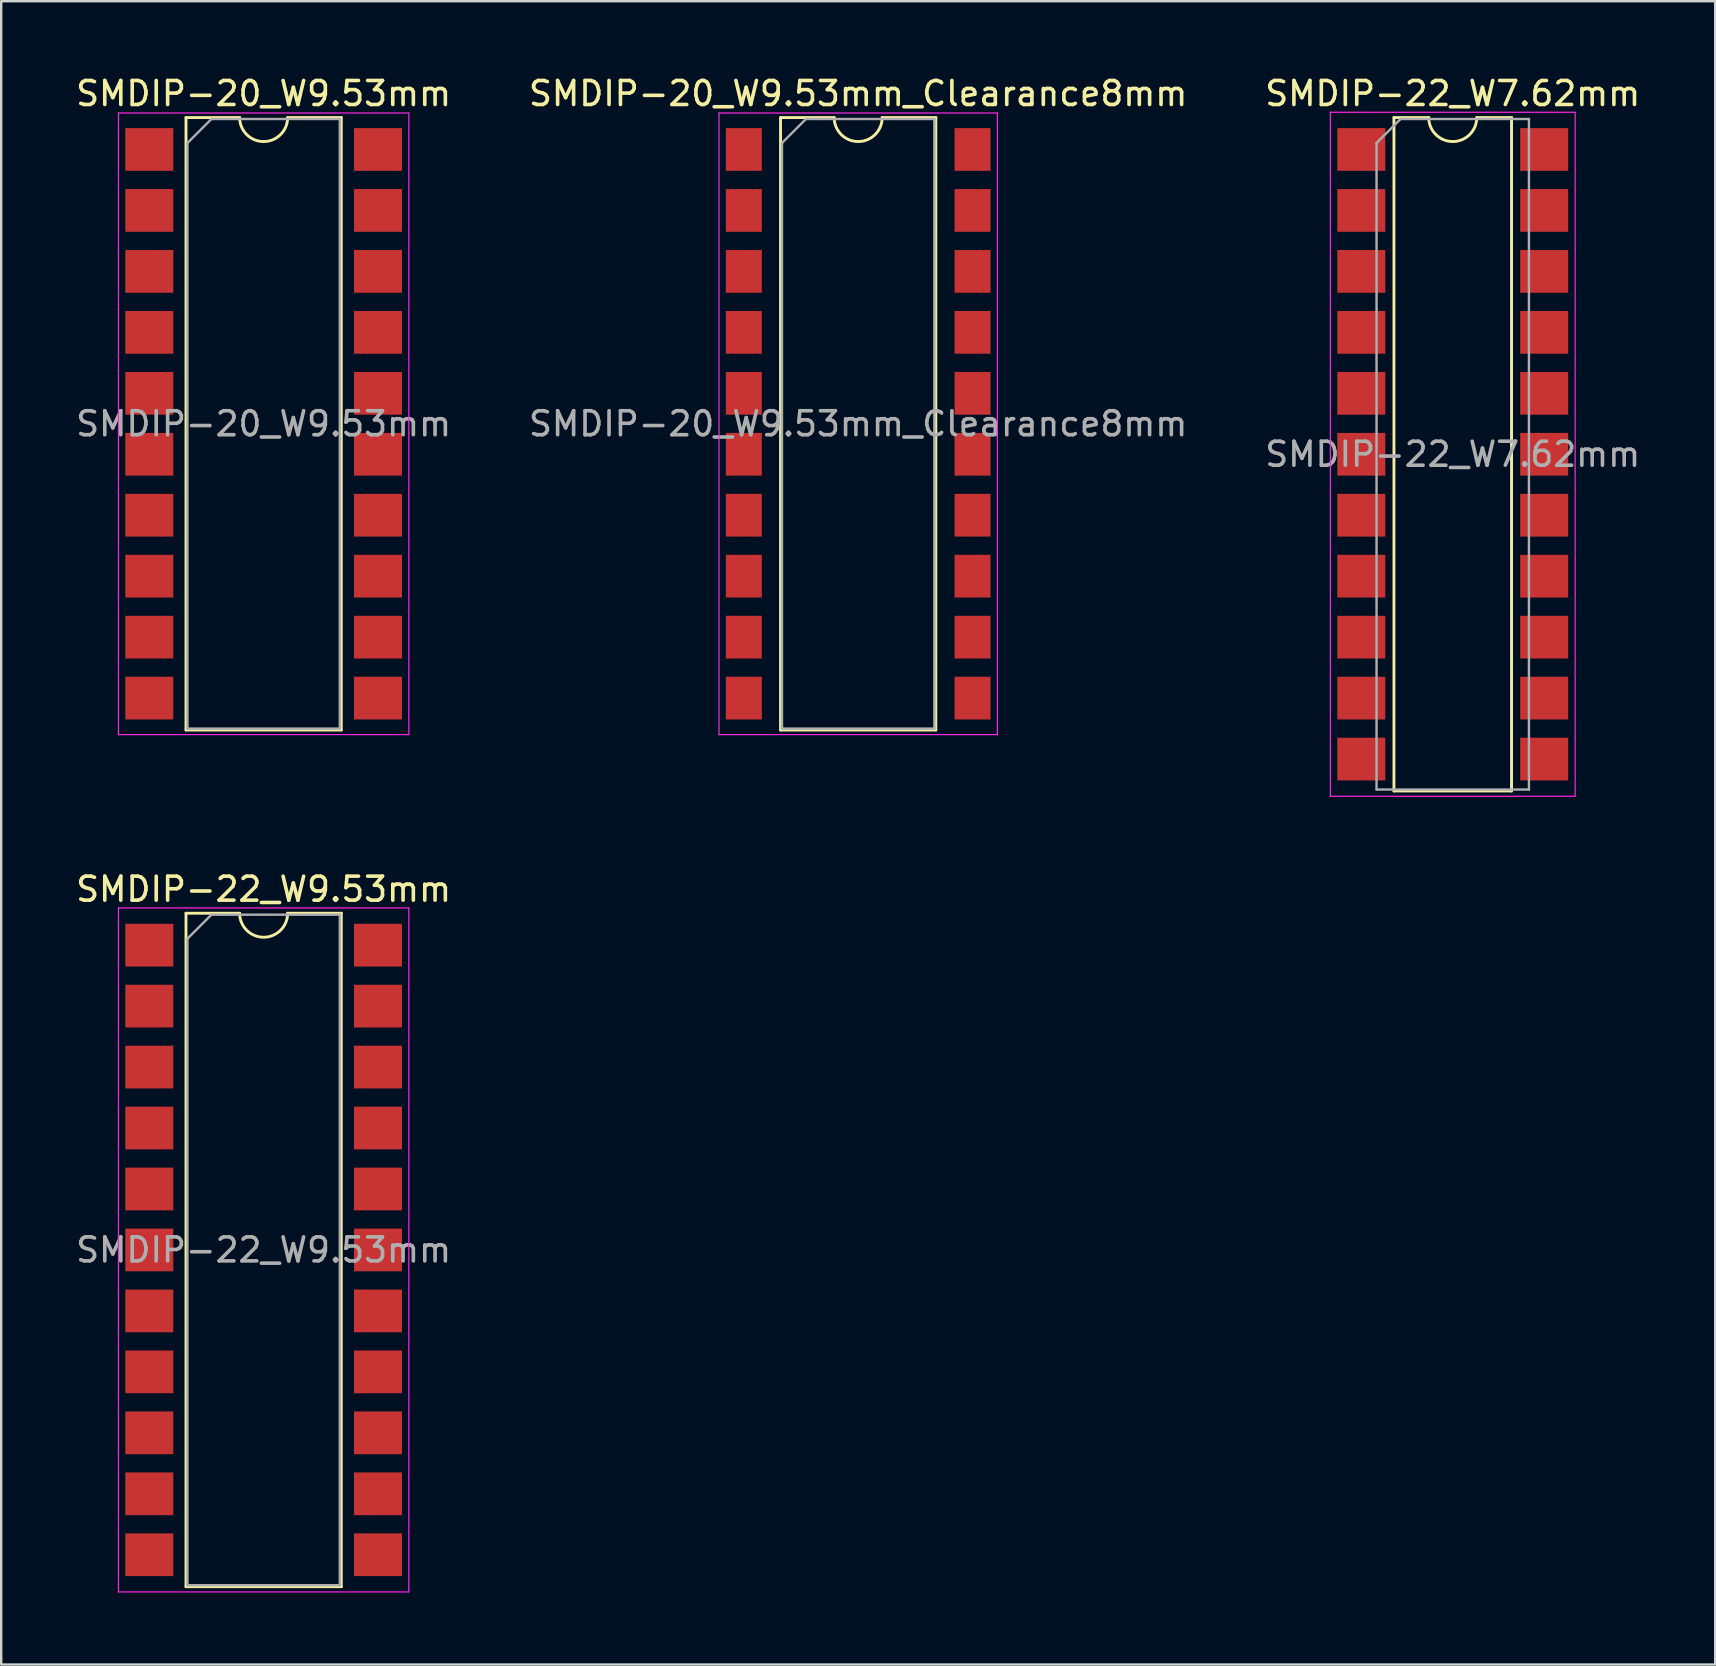
<source format=kicad_pcb>
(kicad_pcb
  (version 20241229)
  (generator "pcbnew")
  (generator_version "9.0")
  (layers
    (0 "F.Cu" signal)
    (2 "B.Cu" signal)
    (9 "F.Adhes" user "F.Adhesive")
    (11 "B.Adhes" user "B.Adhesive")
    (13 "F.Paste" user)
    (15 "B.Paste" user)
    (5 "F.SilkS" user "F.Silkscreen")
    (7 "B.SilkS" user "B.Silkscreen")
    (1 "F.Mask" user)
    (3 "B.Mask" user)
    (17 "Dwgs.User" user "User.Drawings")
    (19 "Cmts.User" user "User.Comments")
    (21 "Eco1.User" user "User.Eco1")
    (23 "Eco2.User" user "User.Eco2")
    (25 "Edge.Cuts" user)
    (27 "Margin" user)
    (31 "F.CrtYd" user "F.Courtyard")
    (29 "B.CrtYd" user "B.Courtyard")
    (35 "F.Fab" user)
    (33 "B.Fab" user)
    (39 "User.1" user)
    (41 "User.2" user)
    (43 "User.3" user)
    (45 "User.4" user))
  (footprint "SMDIP-20_W9.53mm_Clearance8mm"
    (layer "F.Cu")
    (at 32.708 14.608)
    (property "Reference" "SMDIP-20_W9.53mm_Clearance8mm" (at 0 -13.76 0) (layer "F.SilkS") (effects (font (size 1 1) (thickness 0.15))))
    (attr smd)
    (fp_line (start -3.235 -12.76) (end -3.235 12.76) (stroke (width 0.12) (type solid)) (layer "F.SilkS"))
    (fp_line (start -3.235 12.76) (end 3.235 12.76) (stroke (width 0.12) (type solid)) (layer "F.SilkS"))
    (fp_line (start -1 -12.76) (end -3.235 -12.76) (stroke (width 0.12) (type solid)) (layer "F.SilkS"))
    (fp_line (start 3.235 -12.76) (end 1 -12.76) (stroke (width 0.12) (type solid)) (layer "F.SilkS"))
    (fp_line (start 3.235 12.76) (end 3.235 -12.76) (stroke (width 0.12) (type solid)) (layer "F.SilkS"))
    (fp_arc (start 1 -12.76) (mid 0 -11.76) (end -1 -12.76) (stroke (width 0.12) (type solid)) (layer "F.SilkS"))
    (fp_line (start -5.8 -12.95) (end -5.8 12.95) (stroke (width 0.05) (type solid)) (layer "F.CrtYd"))
    (fp_line (start -5.8 12.95) (end 5.8 12.95) (stroke (width 0.05) (type solid)) (layer "F.CrtYd"))
    (fp_line (start 5.8 -12.95) (end -5.8 -12.95) (stroke (width 0.05) (type solid)) (layer "F.CrtYd"))
    (fp_line (start 5.8 12.95) (end 5.8 -12.95) (stroke (width 0.05) (type solid)) (layer "F.CrtYd"))
    (fp_line (start -3.175 -11.7) (end -2.175 -12.7) (stroke (width 0.1) (type solid)) (layer "F.Fab"))
    (fp_line (start -3.175 12.7) (end -3.175 -11.7) (stroke (width 0.1) (type solid)) (layer "F.Fab"))
    (fp_line (start -2.175 -12.7) (end 3.175 -12.7) (stroke (width 0.1) (type solid)) (layer "F.Fab"))
    (fp_line (start 3.175 -12.7) (end 3.175 12.7) (stroke (width 0.1) (type solid)) (layer "F.Fab"))
    (fp_line (start 3.175 12.7) (end -3.175 12.7) (stroke (width 0.1) (type solid)) (layer "F.Fab"))
    (fp_text user "${REFERENCE}" (at 0 0 0) (layer "F.Fab") (effects (font (size 1 1) (thickness 0.15))))
    (pad "1" smd rect (at -4.765 -11.43) (size 1.5 1.78) (layers "F.Cu" "F.Mask" "F.Paste"))
    (pad "2" smd rect (at -4.765 -8.89) (size 1.5 1.78) (layers "F.Cu" "F.Mask" "F.Paste"))
    (pad "3" smd rect (at -4.765 -6.35) (size 1.5 1.78) (layers "F.Cu" "F.Mask" "F.Paste"))
    (pad "4" smd rect (at -4.765 -3.81) (size 1.5 1.78) (layers "F.Cu" "F.Mask" "F.Paste"))
    (pad "5" smd rect (at -4.765 -1.27) (size 1.5 1.78) (layers "F.Cu" "F.Mask" "F.Paste"))
    (pad "6" smd rect (at -4.765 1.27) (size 1.5 1.78) (layers "F.Cu" "F.Mask" "F.Paste"))
    (pad "7" smd rect (at -4.765 3.81) (size 1.5 1.78) (layers "F.Cu" "F.Mask" "F.Paste"))
    (pad "8" smd rect (at -4.765 6.35) (size 1.5 1.78) (layers "F.Cu" "F.Mask" "F.Paste"))
    (pad "9" smd rect (at -4.765 8.89) (size 1.5 1.78) (layers "F.Cu" "F.Mask" "F.Paste"))
    (pad "10" smd rect (at -4.765 11.43) (size 1.5 1.78) (layers "F.Cu" "F.Mask" "F.Paste"))
    (pad "11" smd rect (at 4.765 11.43) (size 1.5 1.78) (layers "F.Cu" "F.Mask" "F.Paste"))
    (pad "12" smd rect (at 4.765 8.89) (size 1.5 1.78) (layers "F.Cu" "F.Mask" "F.Paste"))
    (pad "13" smd rect (at 4.765 6.35) (size 1.5 1.78) (layers "F.Cu" "F.Mask" "F.Paste"))
    (pad "14" smd rect (at 4.765 3.81) (size 1.5 1.78) (layers "F.Cu" "F.Mask" "F.Paste"))
    (pad "15" smd rect (at 4.765 1.27) (size 1.5 1.78) (layers "F.Cu" "F.Mask" "F.Paste"))
    (pad "16" smd rect (at 4.765 -1.27) (size 1.5 1.78) (layers "F.Cu" "F.Mask" "F.Paste"))
    (pad "17" smd rect (at 4.765 -3.81) (size 1.5 1.78) (layers "F.Cu" "F.Mask" "F.Paste"))
    (pad "18" smd rect (at 4.765 -6.35) (size 1.5 1.78) (layers "F.Cu" "F.Mask" "F.Paste"))
    (pad "19" smd rect (at 4.765 -8.89) (size 1.5 1.78) (layers "F.Cu" "F.Mask" "F.Paste"))
    (pad "20" smd rect (at 4.765 -11.43) (size 1.5 1.78) (layers "F.Cu" "F.Mask" "F.Paste")))
  (footprint "SMDIP-20_W9.53mm"
    (layer "F.Cu")
    (at 7.935 14.608)
    (property "Reference" "SMDIP-20_W9.53mm" (at 0 -13.76 0) (layer "F.SilkS") (effects (font (size 1 1) (thickness 0.15))))
    (attr smd)
    (fp_line (start -3.235 -12.76) (end -3.235 12.76) (stroke (width 0.12) (type solid)) (layer "F.SilkS"))
    (fp_line (start -3.235 12.76) (end 3.235 12.76) (stroke (width 0.12) (type solid)) (layer "F.SilkS"))
    (fp_line (start -1 -12.76) (end -3.235 -12.76) (stroke (width 0.12) (type solid)) (layer "F.SilkS"))
    (fp_line (start 3.235 -12.76) (end 1 -12.76) (stroke (width 0.12) (type solid)) (layer "F.SilkS"))
    (fp_line (start 3.235 12.76) (end 3.235 -12.76) (stroke (width 0.12) (type solid)) (layer "F.SilkS"))
    (fp_arc (start 1 -12.76) (mid 0 -11.76) (end -1 -12.76) (stroke (width 0.12) (type solid)) (layer "F.SilkS"))
    (fp_line (start -6.05 -12.95) (end -6.05 12.95) (stroke (width 0.05) (type solid)) (layer "F.CrtYd"))
    (fp_line (start -6.05 12.95) (end 6.05 12.95) (stroke (width 0.05) (type solid)) (layer "F.CrtYd"))
    (fp_line (start 6.05 -12.95) (end -6.05 -12.95) (stroke (width 0.05) (type solid)) (layer "F.CrtYd"))
    (fp_line (start 6.05 12.95) (end 6.05 -12.95) (stroke (width 0.05) (type solid)) (layer "F.CrtYd"))
    (fp_line (start -3.175 -11.7) (end -2.175 -12.7) (stroke (width 0.1) (type solid)) (layer "F.Fab"))
    (fp_line (start -3.175 12.7) (end -3.175 -11.7) (stroke (width 0.1) (type solid)) (layer "F.Fab"))
    (fp_line (start -2.175 -12.7) (end 3.175 -12.7) (stroke (width 0.1) (type solid)) (layer "F.Fab"))
    (fp_line (start 3.175 -12.7) (end 3.175 12.7) (stroke (width 0.1) (type solid)) (layer "F.Fab"))
    (fp_line (start 3.175 12.7) (end -3.175 12.7) (stroke (width 0.1) (type solid)) (layer "F.Fab"))
    (fp_text user "${REFERENCE}" (at 0 0 0) (layer "F.Fab") (effects (font (size 1 1) (thickness 0.15))))
    (pad "1" smd rect (at -4.765 -11.43) (size 2 1.78) (layers "F.Cu" "F.Mask" "F.Paste"))
    (pad "2" smd rect (at -4.765 -8.89) (size 2 1.78) (layers "F.Cu" "F.Mask" "F.Paste"))
    (pad "3" smd rect (at -4.765 -6.35) (size 2 1.78) (layers "F.Cu" "F.Mask" "F.Paste"))
    (pad "4" smd rect (at -4.765 -3.81) (size 2 1.78) (layers "F.Cu" "F.Mask" "F.Paste"))
    (pad "5" smd rect (at -4.765 -1.27) (size 2 1.78) (layers "F.Cu" "F.Mask" "F.Paste"))
    (pad "6" smd rect (at -4.765 1.27) (size 2 1.78) (layers "F.Cu" "F.Mask" "F.Paste"))
    (pad "7" smd rect (at -4.765 3.81) (size 2 1.78) (layers "F.Cu" "F.Mask" "F.Paste"))
    (pad "8" smd rect (at -4.765 6.35) (size 2 1.78) (layers "F.Cu" "F.Mask" "F.Paste"))
    (pad "9" smd rect (at -4.765 8.89) (size 2 1.78) (layers "F.Cu" "F.Mask" "F.Paste"))
    (pad "10" smd rect (at -4.765 11.43) (size 2 1.78) (layers "F.Cu" "F.Mask" "F.Paste"))
    (pad "11" smd rect (at 4.765 11.43) (size 2 1.78) (layers "F.Cu" "F.Mask" "F.Paste"))
    (pad "12" smd rect (at 4.765 8.89) (size 2 1.78) (layers "F.Cu" "F.Mask" "F.Paste"))
    (pad "13" smd rect (at 4.765 6.35) (size 2 1.78) (layers "F.Cu" "F.Mask" "F.Paste"))
    (pad "14" smd rect (at 4.765 3.81) (size 2 1.78) (layers "F.Cu" "F.Mask" "F.Paste"))
    (pad "15" smd rect (at 4.765 1.27) (size 2 1.78) (layers "F.Cu" "F.Mask" "F.Paste"))
    (pad "16" smd rect (at 4.765 -1.27) (size 2 1.78) (layers "F.Cu" "F.Mask" "F.Paste"))
    (pad "17" smd rect (at 4.765 -3.81) (size 2 1.78) (layers "F.Cu" "F.Mask" "F.Paste"))
    (pad "18" smd rect (at 4.765 -6.35) (size 2 1.78) (layers "F.Cu" "F.Mask" "F.Paste"))
    (pad "19" smd rect (at 4.765 -8.89) (size 2 1.78) (layers "F.Cu" "F.Mask" "F.Paste"))
    (pad "20" smd rect (at 4.765 -11.43) (size 2 1.78) (layers "F.Cu" "F.Mask" "F.Paste")))
  (footprint "SMDIP-22_W7.62mm"
    (layer "F.Cu")
    (at 57.482 15.878)
    (property "Reference" "SMDIP-22_W7.62mm" (at 0 -15.03 0) (layer "F.SilkS") (effects (font (size 1 1) (thickness 0.15))))
    (attr smd)
    (fp_line (start -2.45 -14.03) (end -2.45 14.03) (stroke (width 0.12) (type solid)) (layer "F.SilkS"))
    (fp_line (start -2.45 14.03) (end 2.45 14.03) (stroke (width 0.12) (type solid)) (layer "F.SilkS"))
    (fp_line (start -1 -14.03) (end -2.45 -14.03) (stroke (width 0.12) (type solid)) (layer "F.SilkS"))
    (fp_line (start 2.45 -14.03) (end 1 -14.03) (stroke (width 0.12) (type solid)) (layer "F.SilkS"))
    (fp_line (start 2.45 14.03) (end 2.45 -14.03) (stroke (width 0.12) (type solid)) (layer "F.SilkS"))
    (fp_arc (start 1 -14.03) (mid 0 -13.03) (end -1 -14.03) (stroke (width 0.12) (type solid)) (layer "F.SilkS"))
    (fp_line (start -5.1 -14.25) (end -5.1 14.25) (stroke (width 0.05) (type solid)) (layer "F.CrtYd"))
    (fp_line (start -5.1 14.25) (end 5.1 14.25) (stroke (width 0.05) (type solid)) (layer "F.CrtYd"))
    (fp_line (start 5.1 -14.25) (end -5.1 -14.25) (stroke (width 0.05) (type solid)) (layer "F.CrtYd"))
    (fp_line (start 5.1 14.25) (end 5.1 -14.25) (stroke (width 0.05) (type solid)) (layer "F.CrtYd"))
    (fp_line (start -3.175 -12.97) (end -2.175 -13.97) (stroke (width 0.1) (type solid)) (layer "F.Fab"))
    (fp_line (start -3.175 13.97) (end -3.175 -12.97) (stroke (width 0.1) (type solid)) (layer "F.Fab"))
    (fp_line (start -2.175 -13.97) (end 3.175 -13.97) (stroke (width 0.1) (type solid)) (layer "F.Fab"))
    (fp_line (start 3.175 -13.97) (end 3.175 13.97) (stroke (width 0.1) (type solid)) (layer "F.Fab"))
    (fp_line (start 3.175 13.97) (end -3.175 13.97) (stroke (width 0.1) (type solid)) (layer "F.Fab"))
    (fp_text user "${REFERENCE}" (at 0 0 0) (layer "F.Fab") (effects (font (size 1 1) (thickness 0.15))))
    (pad "1" smd rect (at -3.81 -12.7) (size 2 1.78) (layers "F.Cu" "F.Mask" "F.Paste"))
    (pad "2" smd rect (at -3.81 -10.16) (size 2 1.78) (layers "F.Cu" "F.Mask" "F.Paste"))
    (pad "3" smd rect (at -3.81 -7.62) (size 2 1.78) (layers "F.Cu" "F.Mask" "F.Paste"))
    (pad "4" smd rect (at -3.81 -5.08) (size 2 1.78) (layers "F.Cu" "F.Mask" "F.Paste"))
    (pad "5" smd rect (at -3.81 -2.54) (size 2 1.78) (layers "F.Cu" "F.Mask" "F.Paste"))
    (pad "6" smd rect (at -3.81 0) (size 2 1.78) (layers "F.Cu" "F.Mask" "F.Paste"))
    (pad "7" smd rect (at -3.81 2.54) (size 2 1.78) (layers "F.Cu" "F.Mask" "F.Paste"))
    (pad "8" smd rect (at -3.81 5.08) (size 2 1.78) (layers "F.Cu" "F.Mask" "F.Paste"))
    (pad "9" smd rect (at -3.81 7.62) (size 2 1.78) (layers "F.Cu" "F.Mask" "F.Paste"))
    (pad "10" smd rect (at -3.81 10.16) (size 2 1.78) (layers "F.Cu" "F.Mask" "F.Paste"))
    (pad "11" smd rect (at -3.81 12.7) (size 2 1.78) (layers "F.Cu" "F.Mask" "F.Paste"))
    (pad "12" smd rect (at 3.81 12.7) (size 2 1.78) (layers "F.Cu" "F.Mask" "F.Paste"))
    (pad "13" smd rect (at 3.81 10.16) (size 2 1.78) (layers "F.Cu" "F.Mask" "F.Paste"))
    (pad "14" smd rect (at 3.81 7.62) (size 2 1.78) (layers "F.Cu" "F.Mask" "F.Paste"))
    (pad "15" smd rect (at 3.81 5.08) (size 2 1.78) (layers "F.Cu" "F.Mask" "F.Paste"))
    (pad "16" smd rect (at 3.81 2.54) (size 2 1.78) (layers "F.Cu" "F.Mask" "F.Paste"))
    (pad "17" smd rect (at 3.81 0) (size 2 1.78) (layers "F.Cu" "F.Mask" "F.Paste"))
    (pad "18" smd rect (at 3.81 -2.54) (size 2 1.78) (layers "F.Cu" "F.Mask" "F.Paste"))
    (pad "19" smd rect (at 3.81 -5.08) (size 2 1.78) (layers "F.Cu" "F.Mask" "F.Paste"))
    (pad "20" smd rect (at 3.81 -7.62) (size 2 1.78) (layers "F.Cu" "F.Mask" "F.Paste"))
    (pad "21" smd rect (at 3.81 -10.16) (size 2 1.78) (layers "F.Cu" "F.Mask" "F.Paste"))
    (pad "22" smd rect (at 3.81 -12.7) (size 2 1.78) (layers "F.Cu" "F.Mask" "F.Paste")))
  (footprint "SMDIP-22_W9.53mm"
    (layer "F.Cu")
    (at 7.935 49.032)
    (property "Reference" "SMDIP-22_W9.53mm" (at 0 -15.03 0) (layer "F.SilkS") (effects (font (size 1 1) (thickness 0.15))))
    (attr smd)
    (fp_line (start -3.235 -14.03) (end -3.235 14.03) (stroke (width 0.12) (type solid)) (layer "F.SilkS"))
    (fp_line (start -3.235 14.03) (end 3.235 14.03) (stroke (width 0.12) (type solid)) (layer "F.SilkS"))
    (fp_line (start -1 -14.03) (end -3.235 -14.03) (stroke (width 0.12) (type solid)) (layer "F.SilkS"))
    (fp_line (start 3.235 -14.03) (end 1 -14.03) (stroke (width 0.12) (type solid)) (layer "F.SilkS"))
    (fp_line (start 3.235 14.03) (end 3.235 -14.03) (stroke (width 0.12) (type solid)) (layer "F.SilkS"))
    (fp_arc (start 1 -14.03) (mid 0 -13.03) (end -1 -14.03) (stroke (width 0.12) (type solid)) (layer "F.SilkS"))
    (fp_line (start -6.05 -14.25) (end -6.05 14.25) (stroke (width 0.05) (type solid)) (layer "F.CrtYd"))
    (fp_line (start -6.05 14.25) (end 6.05 14.25) (stroke (width 0.05) (type solid)) (layer "F.CrtYd"))
    (fp_line (start 6.05 -14.25) (end -6.05 -14.25) (stroke (width 0.05) (type solid)) (layer "F.CrtYd"))
    (fp_line (start 6.05 14.25) (end 6.05 -14.25) (stroke (width 0.05) (type solid)) (layer "F.CrtYd"))
    (fp_line (start -3.175 -12.97) (end -2.175 -13.97) (stroke (width 0.1) (type solid)) (layer "F.Fab"))
    (fp_line (start -3.175 13.97) (end -3.175 -12.97) (stroke (width 0.1) (type solid)) (layer "F.Fab"))
    (fp_line (start -2.175 -13.97) (end 3.175 -13.97) (stroke (width 0.1) (type solid)) (layer "F.Fab"))
    (fp_line (start 3.175 -13.97) (end 3.175 13.97) (stroke (width 0.1) (type solid)) (layer "F.Fab"))
    (fp_line (start 3.175 13.97) (end -3.175 13.97) (stroke (width 0.1) (type solid)) (layer "F.Fab"))
    (fp_text user "${REFERENCE}" (at 0 0 0) (layer "F.Fab") (effects (font (size 1 1) (thickness 0.15))))
    (pad "1" smd rect (at -4.765 -12.7) (size 2 1.78) (layers "F.Cu" "F.Mask" "F.Paste"))
    (pad "2" smd rect (at -4.765 -10.16) (size 2 1.78) (layers "F.Cu" "F.Mask" "F.Paste"))
    (pad "3" smd rect (at -4.765 -7.62) (size 2 1.78) (layers "F.Cu" "F.Mask" "F.Paste"))
    (pad "4" smd rect (at -4.765 -5.08) (size 2 1.78) (layers "F.Cu" "F.Mask" "F.Paste"))
    (pad "5" smd rect (at -4.765 -2.54) (size 2 1.78) (layers "F.Cu" "F.Mask" "F.Paste"))
    (pad "6" smd rect (at -4.765 0) (size 2 1.78) (layers "F.Cu" "F.Mask" "F.Paste"))
    (pad "7" smd rect (at -4.765 2.54) (size 2 1.78) (layers "F.Cu" "F.Mask" "F.Paste"))
    (pad "8" smd rect (at -4.765 5.08) (size 2 1.78) (layers "F.Cu" "F.Mask" "F.Paste"))
    (pad "9" smd rect (at -4.765 7.62) (size 2 1.78) (layers "F.Cu" "F.Mask" "F.Paste"))
    (pad "10" smd rect (at -4.765 10.16) (size 2 1.78) (layers "F.Cu" "F.Mask" "F.Paste"))
    (pad "11" smd rect (at -4.765 12.7) (size 2 1.78) (layers "F.Cu" "F.Mask" "F.Paste"))
    (pad "12" smd rect (at 4.765 12.7) (size 2 1.78) (layers "F.Cu" "F.Mask" "F.Paste"))
    (pad "13" smd rect (at 4.765 10.16) (size 2 1.78) (layers "F.Cu" "F.Mask" "F.Paste"))
    (pad "14" smd rect (at 4.765 7.62) (size 2 1.78) (layers "F.Cu" "F.Mask" "F.Paste"))
    (pad "15" smd rect (at 4.765 5.08) (size 2 1.78) (layers "F.Cu" "F.Mask" "F.Paste"))
    (pad "16" smd rect (at 4.765 2.54) (size 2 1.78) (layers "F.Cu" "F.Mask" "F.Paste"))
    (pad "17" smd rect (at 4.765 0) (size 2 1.78) (layers "F.Cu" "F.Mask" "F.Paste"))
    (pad "18" smd rect (at 4.765 -2.54) (size 2 1.78) (layers "F.Cu" "F.Mask" "F.Paste"))
    (pad "19" smd rect (at 4.765 -5.08) (size 2 1.78) (layers "F.Cu" "F.Mask" "F.Paste"))
    (pad "20" smd rect (at 4.765 -7.62) (size 2 1.78) (layers "F.Cu" "F.Mask" "F.Paste"))
    (pad "21" smd rect (at 4.765 -10.16) (size 2 1.78) (layers "F.Cu" "F.Mask" "F.Paste"))
    (pad "22" smd rect (at 4.765 -12.7) (size 2 1.78) (layers "F.Cu" "F.Mask" "F.Paste")))
  (gr_rect
    (start -3 -3)
    (end 68.417 66.306)
    (stroke (width 0.1) (type default))
    (fill no)
    (layer "Edge.Cuts")))
</source>
